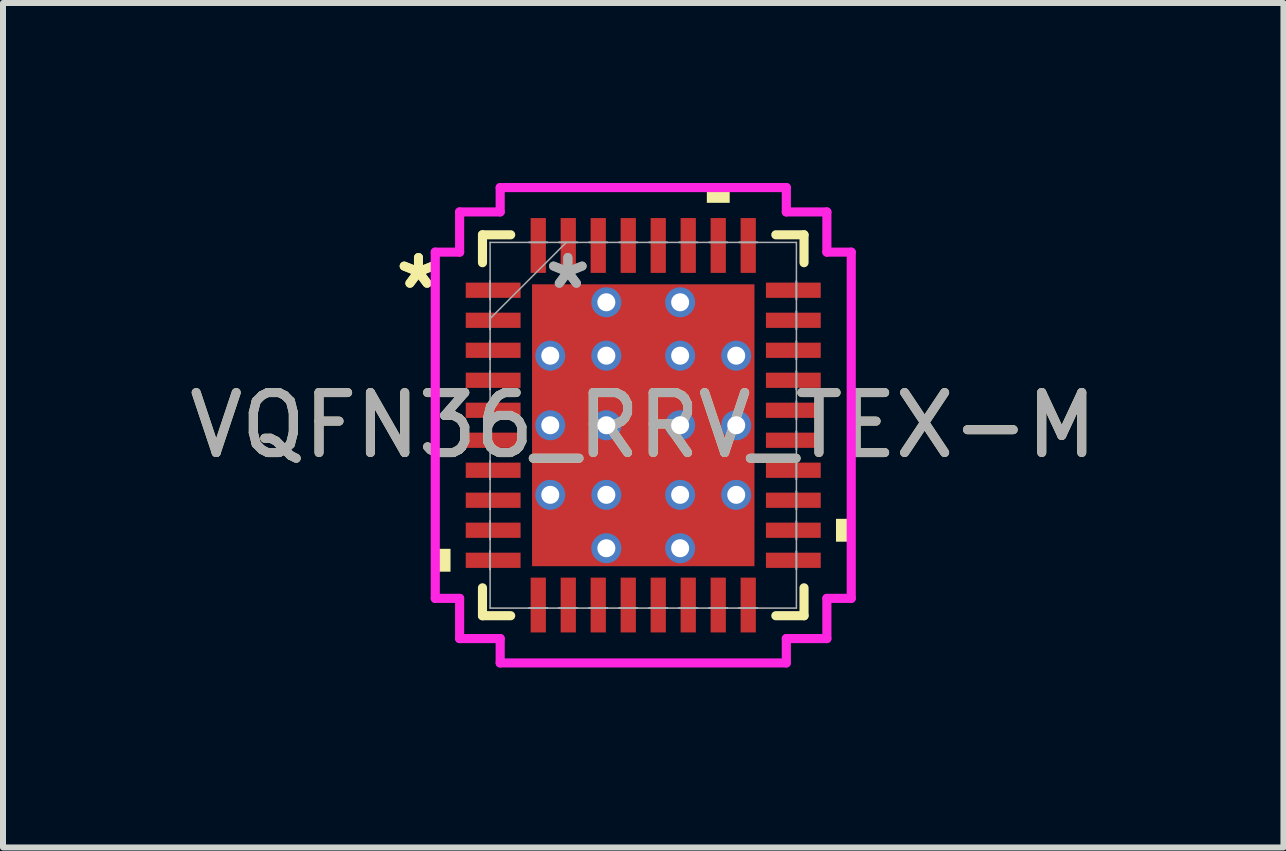
<source format=kicad_pcb>
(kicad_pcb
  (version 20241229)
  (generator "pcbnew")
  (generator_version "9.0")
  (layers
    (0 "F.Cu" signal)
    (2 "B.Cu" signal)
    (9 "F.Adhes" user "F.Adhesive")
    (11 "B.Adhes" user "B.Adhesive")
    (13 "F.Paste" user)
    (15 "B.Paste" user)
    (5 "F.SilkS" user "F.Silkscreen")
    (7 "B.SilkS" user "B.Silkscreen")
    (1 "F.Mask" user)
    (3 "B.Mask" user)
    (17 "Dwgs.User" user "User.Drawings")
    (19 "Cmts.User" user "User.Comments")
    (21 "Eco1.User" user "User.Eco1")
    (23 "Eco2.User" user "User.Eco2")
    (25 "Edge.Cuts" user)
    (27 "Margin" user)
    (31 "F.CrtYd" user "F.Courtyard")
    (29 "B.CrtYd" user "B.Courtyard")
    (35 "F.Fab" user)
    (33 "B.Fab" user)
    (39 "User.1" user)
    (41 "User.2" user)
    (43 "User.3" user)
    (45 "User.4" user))
  (footprint "VQFN36_RRV_TEX-M"
    (layer "F.Cu")
    (at 7.673 4.039)
    (property "Reference" "VQFN36_RRV_TEX-M" (at 0 0 0) (unlocked yes) (layer "F.SilkS") (effects (font (size 1 1) (thickness 0.15))))
    (attr smd)
    (fp_line (start -2.68 -3.175) (end -2.68 -2.71) (stroke (width 0.152) (type solid)) (layer "F.SilkS"))
    (fp_line (start -2.68 2.71) (end -2.68 3.175) (stroke (width 0.152) (type solid)) (layer "F.SilkS"))
    (fp_line (start -2.68 3.175) (end -2.21 3.175) (stroke (width 0.152) (type solid)) (layer "F.SilkS"))
    (fp_line (start -2.21 -3.175) (end -2.68 -3.175) (stroke (width 0.152) (type solid)) (layer "F.SilkS"))
    (fp_line (start 2.21 3.175) (end 2.68 3.175) (stroke (width 0.152) (type solid)) (layer "F.SilkS"))
    (fp_line (start 2.68 -3.175) (end 2.21 -3.175) (stroke (width 0.152) (type solid)) (layer "F.SilkS"))
    (fp_line (start 2.68 -2.71) (end 2.68 -3.175) (stroke (width 0.152) (type solid)) (layer "F.SilkS"))
    (fp_line (start 2.68 3.175) (end 2.68 2.71) (stroke (width 0.152) (type solid)) (layer "F.SilkS"))
    (fp_poly (pts (xy -3.467 2.06) (xy -3.467 2.441) (xy -3.213 2.441) (xy -3.213 2.06)) (stroke (width 0) (type solid)) (fill yes) (layer "F.SilkS"))
    (fp_poly (pts (xy 1.06 -3.708) (xy 1.06 -3.962) (xy 1.441 -3.962) (xy 1.441 -3.708)) (stroke (width 0) (type solid)) (fill yes) (layer "F.SilkS"))
    (fp_poly (pts (xy 3.467 1.56) (xy 3.467 1.941) (xy 3.213 1.941) (xy 3.213 1.56)) (stroke (width 0) (type solid)) (fill yes) (layer "F.SilkS"))
    (fp_line (start -3.467 -2.886) (end -3.061 -2.886) (stroke (width 0.152) (type solid)) (layer "F.CrtYd"))
    (fp_line (start -3.467 2.886) (end -3.467 -2.886) (stroke (width 0.152) (type solid)) (layer "F.CrtYd"))
    (fp_line (start -3.061 -3.556) (end -2.385 -3.556) (stroke (width 0.152) (type solid)) (layer "F.CrtYd"))
    (fp_line (start -3.061 -2.886) (end -3.061 -3.556) (stroke (width 0.152) (type solid)) (layer "F.CrtYd"))
    (fp_line (start -3.061 2.886) (end -3.467 2.886) (stroke (width 0.152) (type solid)) (layer "F.CrtYd"))
    (fp_line (start -3.061 3.556) (end -3.061 2.886) (stroke (width 0.152) (type solid)) (layer "F.CrtYd"))
    (fp_line (start -2.385 -3.962) (end 2.385 -3.962) (stroke (width 0.152) (type solid)) (layer "F.CrtYd"))
    (fp_line (start -2.385 -3.556) (end -2.385 -3.962) (stroke (width 0.152) (type solid)) (layer "F.CrtYd"))
    (fp_line (start -2.385 3.556) (end -3.061 3.556) (stroke (width 0.152) (type solid)) (layer "F.CrtYd"))
    (fp_line (start -2.385 3.962) (end -2.385 3.556) (stroke (width 0.152) (type solid)) (layer "F.CrtYd"))
    (fp_line (start 2.385 -3.962) (end 2.385 -3.556) (stroke (width 0.152) (type solid)) (layer "F.CrtYd"))
    (fp_line (start 2.385 -3.556) (end 3.061 -3.556) (stroke (width 0.152) (type solid)) (layer "F.CrtYd"))
    (fp_line (start 2.385 3.556) (end 2.385 3.962) (stroke (width 0.152) (type solid)) (layer "F.CrtYd"))
    (fp_line (start 2.385 3.962) (end -2.385 3.962) (stroke (width 0.152) (type solid)) (layer "F.CrtYd"))
    (fp_line (start 3.061 -3.556) (end 3.061 -2.886) (stroke (width 0.152) (type solid)) (layer "F.CrtYd"))
    (fp_line (start 3.061 -2.886) (end 3.467 -2.886) (stroke (width 0.152) (type solid)) (layer "F.CrtYd"))
    (fp_line (start 3.061 2.886) (end 3.061 3.556) (stroke (width 0.152) (type solid)) (layer "F.CrtYd"))
    (fp_line (start 3.061 3.556) (end 2.385 3.556) (stroke (width 0.152) (type solid)) (layer "F.CrtYd"))
    (fp_line (start 3.467 -2.886) (end 3.467 2.886) (stroke (width 0.152) (type solid)) (layer "F.CrtYd"))
    (fp_line (start 3.467 2.886) (end 3.061 2.886) (stroke (width 0.152) (type solid)) (layer "F.CrtYd"))
    (fp_line (start -2.553 -3.048) (end -2.553 3.048) (stroke (width 0.025) (type solid)) (layer "F.Fab"))
    (fp_line (start -2.553 -2.403) (end -2.553 -2.403) (stroke (width 0.025) (type solid)) (layer "F.Fab"))
    (fp_line (start -2.553 -2.403) (end -2.553 -2.098) (stroke (width 0.025) (type solid)) (layer "F.Fab"))
    (fp_line (start -2.553 -2.098) (end -2.553 -2.403) (stroke (width 0.025) (type solid)) (layer "F.Fab"))
    (fp_line (start -2.553 -2.098) (end -2.553 -2.098) (stroke (width 0.025) (type solid)) (layer "F.Fab"))
    (fp_line (start -2.553 -1.903) (end -2.553 -1.903) (stroke (width 0.025) (type solid)) (layer "F.Fab"))
    (fp_line (start -2.553 -1.903) (end -2.553 -1.598) (stroke (width 0.025) (type solid)) (layer "F.Fab"))
    (fp_line (start -2.553 -1.778) (end -1.283 -3.048) (stroke (width 0.025) (type solid)) (layer "F.Fab"))
    (fp_line (start -2.553 -1.598) (end -2.553 -1.903) (stroke (width 0.025) (type solid)) (layer "F.Fab"))
    (fp_line (start -2.553 -1.598) (end -2.553 -1.598) (stroke (width 0.025) (type solid)) (layer "F.Fab"))
    (fp_line (start -2.553 -1.403) (end -2.553 -1.403) (stroke (width 0.025) (type solid)) (layer "F.Fab"))
    (fp_line (start -2.553 -1.403) (end -2.553 -1.098) (stroke (width 0.025) (type solid)) (layer "F.Fab"))
    (fp_line (start -2.553 -1.098) (end -2.553 -1.403) (stroke (width 0.025) (type solid)) (layer "F.Fab"))
    (fp_line (start -2.553 -1.098) (end -2.553 -1.098) (stroke (width 0.025) (type solid)) (layer "F.Fab"))
    (fp_line (start -2.553 -0.903) (end -2.553 -0.903) (stroke (width 0.025) (type solid)) (layer "F.Fab"))
    (fp_line (start -2.553 -0.903) (end -2.553 -0.598) (stroke (width 0.025) (type solid)) (layer "F.Fab"))
    (fp_line (start -2.553 -0.598) (end -2.553 -0.903) (stroke (width 0.025) (type solid)) (layer "F.Fab"))
    (fp_line (start -2.553 -0.598) (end -2.553 -0.598) (stroke (width 0.025) (type solid)) (layer "F.Fab"))
    (fp_line (start -2.553 -0.402) (end -2.553 -0.402) (stroke (width 0.025) (type solid)) (layer "F.Fab"))
    (fp_line (start -2.553 -0.402) (end -2.553 -0.098) (stroke (width 0.025) (type solid)) (layer "F.Fab"))
    (fp_line (start -2.553 -0.098) (end -2.553 -0.402) (stroke (width 0.025) (type solid)) (layer "F.Fab"))
    (fp_line (start -2.553 -0.098) (end -2.553 -0.098) (stroke (width 0.025) (type solid)) (layer "F.Fab"))
    (fp_line (start -2.553 0.098) (end -2.553 0.098) (stroke (width 0.025) (type solid)) (layer "F.Fab"))
    (fp_line (start -2.553 0.098) (end -2.553 0.402) (stroke (width 0.025) (type solid)) (layer "F.Fab"))
    (fp_line (start -2.553 0.402) (end -2.553 0.098) (stroke (width 0.025) (type solid)) (layer "F.Fab"))
    (fp_line (start -2.553 0.402) (end -2.553 0.402) (stroke (width 0.025) (type solid)) (layer "F.Fab"))
    (fp_line (start -2.553 0.598) (end -2.553 0.598) (stroke (width 0.025) (type solid)) (layer "F.Fab"))
    (fp_line (start -2.553 0.598) (end -2.553 0.903) (stroke (width 0.025) (type solid)) (layer "F.Fab"))
    (fp_line (start -2.553 0.903) (end -2.553 0.598) (stroke (width 0.025) (type solid)) (layer "F.Fab"))
    (fp_line (start -2.553 0.903) (end -2.553 0.903) (stroke (width 0.025) (type solid)) (layer "F.Fab"))
    (fp_line (start -2.553 1.098) (end -2.553 1.098) (stroke (width 0.025) (type solid)) (layer "F.Fab"))
    (fp_line (start -2.553 1.098) (end -2.553 1.403) (stroke (width 0.025) (type solid)) (layer "F.Fab"))
    (fp_line (start -2.553 1.403) (end -2.553 1.098) (stroke (width 0.025) (type solid)) (layer "F.Fab"))
    (fp_line (start -2.553 1.403) (end -2.553 1.403) (stroke (width 0.025) (type solid)) (layer "F.Fab"))
    (fp_line (start -2.553 1.598) (end -2.553 1.598) (stroke (width 0.025) (type solid)) (layer "F.Fab"))
    (fp_line (start -2.553 1.598) (end -2.553 1.903) (stroke (width 0.025) (type solid)) (layer "F.Fab"))
    (fp_line (start -2.553 1.903) (end -2.553 1.598) (stroke (width 0.025) (type solid)) (layer "F.Fab"))
    (fp_line (start -2.553 1.903) (end -2.553 1.903) (stroke (width 0.025) (type solid)) (layer "F.Fab"))
    (fp_line (start -2.553 2.098) (end -2.553 2.098) (stroke (width 0.025) (type solid)) (layer "F.Fab"))
    (fp_line (start -2.553 2.098) (end -2.553 2.403) (stroke (width 0.025) (type solid)) (layer "F.Fab"))
    (fp_line (start -2.553 2.403) (end -2.553 2.098) (stroke (width 0.025) (type solid)) (layer "F.Fab"))
    (fp_line (start -2.553 2.403) (end -2.553 2.403) (stroke (width 0.025) (type solid)) (layer "F.Fab"))
    (fp_line (start -2.553 3.048) (end 2.553 3.048) (stroke (width 0.025) (type solid)) (layer "F.Fab"))
    (fp_line (start -1.903 -3.048) (end -1.903 -3.048) (stroke (width 0.025) (type solid)) (layer "F.Fab"))
    (fp_line (start -1.903 -3.048) (end -1.598 -3.048) (stroke (width 0.025) (type solid)) (layer "F.Fab"))
    (fp_line (start -1.903 3.048) (end -1.903 3.048) (stroke (width 0.025) (type solid)) (layer "F.Fab"))
    (fp_line (start -1.903 3.048) (end -1.598 3.048) (stroke (width 0.025) (type solid)) (layer "F.Fab"))
    (fp_line (start -1.598 -3.048) (end -1.903 -3.048) (stroke (width 0.025) (type solid)) (layer "F.Fab"))
    (fp_line (start -1.598 -3.048) (end -1.598 -3.048) (stroke (width 0.025) (type solid)) (layer "F.Fab"))
    (fp_line (start -1.598 3.048) (end -1.903 3.048) (stroke (width 0.025) (type solid)) (layer "F.Fab"))
    (fp_line (start -1.598 3.048) (end -1.598 3.048) (stroke (width 0.025) (type solid)) (layer "F.Fab"))
    (fp_line (start -1.403 -3.048) (end -1.403 -3.048) (stroke (width 0.025) (type solid)) (layer "F.Fab"))
    (fp_line (start -1.403 -3.048) (end -1.098 -3.048) (stroke (width 0.025) (type solid)) (layer "F.Fab"))
    (fp_line (start -1.403 3.048) (end -1.403 3.048) (stroke (width 0.025) (type solid)) (layer "F.Fab"))
    (fp_line (start -1.403 3.048) (end -1.098 3.048) (stroke (width 0.025) (type solid)) (layer "F.Fab"))
    (fp_line (start -1.098 -3.048) (end -1.403 -3.048) (stroke (width 0.025) (type solid)) (layer "F.Fab"))
    (fp_line (start -1.098 -3.048) (end -1.098 -3.048) (stroke (width 0.025) (type solid)) (layer "F.Fab"))
    (fp_line (start -1.098 3.048) (end -1.403 3.048) (stroke (width 0.025) (type solid)) (layer "F.Fab"))
    (fp_line (start -1.098 3.048) (end -1.098 3.048) (stroke (width 0.025) (type solid)) (layer "F.Fab"))
    (fp_line (start -0.903 -3.048) (end -0.903 -3.048) (stroke (width 0.025) (type solid)) (layer "F.Fab"))
    (fp_line (start -0.903 -3.048) (end -0.598 -3.048) (stroke (width 0.025) (type solid)) (layer "F.Fab"))
    (fp_line (start -0.903 3.048) (end -0.903 3.048) (stroke (width 0.025) (type solid)) (layer "F.Fab"))
    (fp_line (start -0.903 3.048) (end -0.598 3.048) (stroke (width 0.025) (type solid)) (layer "F.Fab"))
    (fp_line (start -0.598 -3.048) (end -0.903 -3.048) (stroke (width 0.025) (type solid)) (layer "F.Fab"))
    (fp_line (start -0.598 -3.048) (end -0.598 -3.048) (stroke (width 0.025) (type solid)) (layer "F.Fab"))
    (fp_line (start -0.598 3.048) (end -0.903 3.048) (stroke (width 0.025) (type solid)) (layer "F.Fab"))
    (fp_line (start -0.598 3.048) (end -0.598 3.048) (stroke (width 0.025) (type solid)) (layer "F.Fab"))
    (fp_line (start -0.402 -3.048) (end -0.402 -3.048) (stroke (width 0.025) (type solid)) (layer "F.Fab"))
    (fp_line (start -0.402 -3.048) (end -0.098 -3.048) (stroke (width 0.025) (type solid)) (layer "F.Fab"))
    (fp_line (start -0.402 3.048) (end -0.402 3.048) (stroke (width 0.025) (type solid)) (layer "F.Fab"))
    (fp_line (start -0.402 3.048) (end -0.098 3.048) (stroke (width 0.025) (type solid)) (layer "F.Fab"))
    (fp_line (start -0.098 -3.048) (end -0.402 -3.048) (stroke (width 0.025) (type solid)) (layer "F.Fab"))
    (fp_line (start -0.098 -3.048) (end -0.098 -3.048) (stroke (width 0.025) (type solid)) (layer "F.Fab"))
    (fp_line (start -0.098 3.048) (end -0.402 3.048) (stroke (width 0.025) (type solid)) (layer "F.Fab"))
    (fp_line (start -0.098 3.048) (end -0.098 3.048) (stroke (width 0.025) (type solid)) (layer "F.Fab"))
    (fp_line (start 0.098 -3.048) (end 0.098 -3.048) (stroke (width 0.025) (type solid)) (layer "F.Fab"))
    (fp_line (start 0.098 -3.048) (end 0.402 -3.048) (stroke (width 0.025) (type solid)) (layer "F.Fab"))
    (fp_line (start 0.098 3.048) (end 0.098 3.048) (stroke (width 0.025) (type solid)) (layer "F.Fab"))
    (fp_line (start 0.098 3.048) (end 0.402 3.048) (stroke (width 0.025) (type solid)) (layer "F.Fab"))
    (fp_line (start 0.402 -3.048) (end 0.098 -3.048) (stroke (width 0.025) (type solid)) (layer "F.Fab"))
    (fp_line (start 0.402 -3.048) (end 0.402 -3.048) (stroke (width 0.025) (type solid)) (layer "F.Fab"))
    (fp_line (start 0.402 3.048) (end 0.098 3.048) (stroke (width 0.025) (type solid)) (layer "F.Fab"))
    (fp_line (start 0.402 3.048) (end 0.402 3.048) (stroke (width 0.025) (type solid)) (layer "F.Fab"))
    (fp_line (start 0.598 -3.048) (end 0.598 -3.048) (stroke (width 0.025) (type solid)) (layer "F.Fab"))
    (fp_line (start 0.598 -3.048) (end 0.903 -3.048) (stroke (width 0.025) (type solid)) (layer "F.Fab"))
    (fp_line (start 0.598 3.048) (end 0.598 3.048) (stroke (width 0.025) (type solid)) (layer "F.Fab"))
    (fp_line (start 0.598 3.048) (end 0.903 3.048) (stroke (width 0.025) (type solid)) (layer "F.Fab"))
    (fp_line (start 0.903 -3.048) (end 0.598 -3.048) (stroke (width 0.025) (type solid)) (layer "F.Fab"))
    (fp_line (start 0.903 -3.048) (end 0.903 -3.048) (stroke (width 0.025) (type solid)) (layer "F.Fab"))
    (fp_line (start 0.903 3.048) (end 0.598 3.048) (stroke (width 0.025) (type solid)) (layer "F.Fab"))
    (fp_line (start 0.903 3.048) (end 0.903 3.048) (stroke (width 0.025) (type solid)) (layer "F.Fab"))
    (fp_line (start 1.098 -3.048) (end 1.098 -3.048) (stroke (width 0.025) (type solid)) (layer "F.Fab"))
    (fp_line (start 1.098 -3.048) (end 1.403 -3.048) (stroke (width 0.025) (type solid)) (layer "F.Fab"))
    (fp_line (start 1.098 3.048) (end 1.098 3.048) (stroke (width 0.025) (type solid)) (layer "F.Fab"))
    (fp_line (start 1.098 3.048) (end 1.403 3.048) (stroke (width 0.025) (type solid)) (layer "F.Fab"))
    (fp_line (start 1.403 -3.048) (end 1.098 -3.048) (stroke (width 0.025) (type solid)) (layer "F.Fab"))
    (fp_line (start 1.403 -3.048) (end 1.403 -3.048) (stroke (width 0.025) (type solid)) (layer "F.Fab"))
    (fp_line (start 1.403 3.048) (end 1.098 3.048) (stroke (width 0.025) (type solid)) (layer "F.Fab"))
    (fp_line (start 1.403 3.048) (end 1.403 3.048) (stroke (width 0.025) (type solid)) (layer "F.Fab"))
    (fp_line (start 1.598 -3.048) (end 1.598 -3.048) (stroke (width 0.025) (type solid)) (layer "F.Fab"))
    (fp_line (start 1.598 -3.048) (end 1.903 -3.048) (stroke (width 0.025) (type solid)) (layer "F.Fab"))
    (fp_line (start 1.598 3.048) (end 1.598 3.048) (stroke (width 0.025) (type solid)) (layer "F.Fab"))
    (fp_line (start 1.598 3.048) (end 1.903 3.048) (stroke (width 0.025) (type solid)) (layer "F.Fab"))
    (fp_line (start 1.903 -3.048) (end 1.598 -3.048) (stroke (width 0.025) (type solid)) (layer "F.Fab"))
    (fp_line (start 1.903 -3.048) (end 1.903 -3.048) (stroke (width 0.025) (type solid)) (layer "F.Fab"))
    (fp_line (start 1.903 3.048) (end 1.598 3.048) (stroke (width 0.025) (type solid)) (layer "F.Fab"))
    (fp_line (start 1.903 3.048) (end 1.903 3.048) (stroke (width 0.025) (type solid)) (layer "F.Fab"))
    (fp_line (start 2.553 -3.048) (end -2.553 -3.048) (stroke (width 0.025) (type solid)) (layer "F.Fab"))
    (fp_line (start 2.553 -2.403) (end 2.553 -2.403) (stroke (width 0.025) (type solid)) (layer "F.Fab"))
    (fp_line (start 2.553 -2.403) (end 2.553 -2.098) (stroke (width 0.025) (type solid)) (layer "F.Fab"))
    (fp_line (start 2.553 -2.098) (end 2.553 -2.403) (stroke (width 0.025) (type solid)) (layer "F.Fab"))
    (fp_line (start 2.553 -2.098) (end 2.553 -2.098) (stroke (width 0.025) (type solid)) (layer "F.Fab"))
    (fp_line (start 2.553 -1.903) (end 2.553 -1.903) (stroke (width 0.025) (type solid)) (layer "F.Fab"))
    (fp_line (start 2.553 -1.903) (end 2.553 -1.598) (stroke (width 0.025) (type solid)) (layer "F.Fab"))
    (fp_line (start 2.553 -1.598) (end 2.553 -1.903) (stroke (width 0.025) (type solid)) (layer "F.Fab"))
    (fp_line (start 2.553 -1.598) (end 2.553 -1.598) (stroke (width 0.025) (type solid)) (layer "F.Fab"))
    (fp_line (start 2.553 -1.403) (end 2.553 -1.403) (stroke (width 0.025) (type solid)) (layer "F.Fab"))
    (fp_line (start 2.553 -1.403) (end 2.553 -1.098) (stroke (width 0.025) (type solid)) (layer "F.Fab"))
    (fp_line (start 2.553 -1.098) (end 2.553 -1.403) (stroke (width 0.025) (type solid)) (layer "F.Fab"))
    (fp_line (start 2.553 -1.098) (end 2.553 -1.098) (stroke (width 0.025) (type solid)) (layer "F.Fab"))
    (fp_line (start 2.553 -0.903) (end 2.553 -0.903) (stroke (width 0.025) (type solid)) (layer "F.Fab"))
    (fp_line (start 2.553 -0.903) (end 2.553 -0.598) (stroke (width 0.025) (type solid)) (layer "F.Fab"))
    (fp_line (start 2.553 -0.598) (end 2.553 -0.903) (stroke (width 0.025) (type solid)) (layer "F.Fab"))
    (fp_line (start 2.553 -0.598) (end 2.553 -0.598) (stroke (width 0.025) (type solid)) (layer "F.Fab"))
    (fp_line (start 2.553 -0.402) (end 2.553 -0.402) (stroke (width 0.025) (type solid)) (layer "F.Fab"))
    (fp_line (start 2.553 -0.402) (end 2.553 -0.098) (stroke (width 0.025) (type solid)) (layer "F.Fab"))
    (fp_line (start 2.553 -0.098) (end 2.553 -0.402) (stroke (width 0.025) (type solid)) (layer "F.Fab"))
    (fp_line (start 2.553 -0.098) (end 2.553 -0.098) (stroke (width 0.025) (type solid)) (layer "F.Fab"))
    (fp_line (start 2.553 0.098) (end 2.553 0.098) (stroke (width 0.025) (type solid)) (layer "F.Fab"))
    (fp_line (start 2.553 0.098) (end 2.553 0.402) (stroke (width 0.025) (type solid)) (layer "F.Fab"))
    (fp_line (start 2.553 0.402) (end 2.553 0.098) (stroke (width 0.025) (type solid)) (layer "F.Fab"))
    (fp_line (start 2.553 0.402) (end 2.553 0.402) (stroke (width 0.025) (type solid)) (layer "F.Fab"))
    (fp_line (start 2.553 0.598) (end 2.553 0.598) (stroke (width 0.025) (type solid)) (layer "F.Fab"))
    (fp_line (start 2.553 0.598) (end 2.553 0.903) (stroke (width 0.025) (type solid)) (layer "F.Fab"))
    (fp_line (start 2.553 0.903) (end 2.553 0.598) (stroke (width 0.025) (type solid)) (layer "F.Fab"))
    (fp_line (start 2.553 0.903) (end 2.553 0.903) (stroke (width 0.025) (type solid)) (layer "F.Fab"))
    (fp_line (start 2.553 1.098) (end 2.553 1.098) (stroke (width 0.025) (type solid)) (layer "F.Fab"))
    (fp_line (start 2.553 1.098) (end 2.553 1.403) (stroke (width 0.025) (type solid)) (layer "F.Fab"))
    (fp_line (start 2.553 1.403) (end 2.553 1.098) (stroke (width 0.025) (type solid)) (layer "F.Fab"))
    (fp_line (start 2.553 1.403) (end 2.553 1.403) (stroke (width 0.025) (type solid)) (layer "F.Fab"))
    (fp_line (start 2.553 1.598) (end 2.553 1.598) (stroke (width 0.025) (type solid)) (layer "F.Fab"))
    (fp_line (start 2.553 1.598) (end 2.553 1.903) (stroke (width 0.025) (type solid)) (layer "F.Fab"))
    (fp_line (start 2.553 1.903) (end 2.553 1.598) (stroke (width 0.025) (type solid)) (layer "F.Fab"))
    (fp_line (start 2.553 1.903) (end 2.553 1.903) (stroke (width 0.025) (type solid)) (layer "F.Fab"))
    (fp_line (start 2.553 2.098) (end 2.553 2.098) (stroke (width 0.025) (type solid)) (layer "F.Fab"))
    (fp_line (start 2.553 2.098) (end 2.553 2.403) (stroke (width 0.025) (type solid)) (layer "F.Fab"))
    (fp_line (start 2.553 2.403) (end 2.553 2.098) (stroke (width 0.025) (type solid)) (layer "F.Fab"))
    (fp_line (start 2.553 2.403) (end 2.553 2.403) (stroke (width 0.025) (type solid)) (layer "F.Fab"))
    (fp_line (start 2.553 3.048) (end 2.553 -3.048) (stroke (width 0.025) (type solid)) (layer "F.Fab"))
    (fp_text user "*" (at -3.747 -2.251 0) (layer "F.SilkS") (effects (font (size 1 1) (thickness 0.15))))
    (fp_text user "*" (at -3.747 -2.251 0) (unlocked yes) (layer "F.SilkS") (effects (font (size 1 1) (thickness 0.15))))
    (fp_text user "*" (at -1.257 -2.251 0) (layer "F.Fab") (effects (font (size 1 1) (thickness 0.15))))
    (fp_text user "*" (at -1.257 -2.251 0) (unlocked yes) (layer "F.Fab") (effects (font (size 1 1) (thickness 0.15))))
    (fp_text user "${REFERENCE}" (at 0 0 0) (unlocked yes) (layer "F.Fab") (effects (font (size 1 1) (thickness 0.15))))
    (pad "1" smd rect (at -2.502 -2.251 90) (size 0.254 0.914) (layers "F.Cu" "F.Mask" "F.Paste"))
    (pad "2" smd rect (at -2.502 -1.75 90) (size 0.254 0.914) (layers "F.Cu" "F.Mask" "F.Paste"))
    (pad "3" smd rect (at -2.502 -1.25 90) (size 0.254 0.914) (layers "F.Cu" "F.Mask" "F.Paste"))
    (pad "4" smd rect (at -2.502 -0.75 90) (size 0.254 0.914) (layers "F.Cu" "F.Mask" "F.Paste"))
    (pad "5" smd rect (at -2.502 -0.25 90) (size 0.254 0.914) (layers "F.Cu" "F.Mask" "F.Paste"))
    (pad "6" smd rect (at -2.502 0.25 90) (size 0.254 0.914) (layers "F.Cu" "F.Mask" "F.Paste"))
    (pad "7" smd rect (at -2.502 0.75 90) (size 0.254 0.914) (layers "F.Cu" "F.Mask" "F.Paste"))
    (pad "8" smd rect (at -2.502 1.25 90) (size 0.254 0.914) (layers "F.Cu" "F.Mask" "F.Paste"))
    (pad "9" smd rect (at -2.502 1.75 90) (size 0.254 0.914) (layers "F.Cu" "F.Mask" "F.Paste"))
    (pad "10" smd rect (at -2.502 2.251 90) (size 0.254 0.914) (layers "F.Cu" "F.Mask" "F.Paste"))
    (pad "11" smd rect (at -1.75 2.997) (size 0.254 0.914) (layers "F.Cu" "F.Mask" "F.Paste"))
    (pad "12" smd rect (at -1.25 2.997) (size 0.254 0.914) (layers "F.Cu" "F.Mask" "F.Paste"))
    (pad "13" smd rect (at -0.75 2.997) (size 0.254 0.914) (layers "F.Cu" "F.Mask" "F.Paste"))
    (pad "14" smd rect (at -0.25 2.997) (size 0.254 0.914) (layers "F.Cu" "F.Mask" "F.Paste"))
    (pad "15" smd rect (at 0.25 2.997) (size 0.254 0.914) (layers "F.Cu" "F.Mask" "F.Paste"))
    (pad "16" smd rect (at 0.75 2.997) (size 0.254 0.914) (layers "F.Cu" "F.Mask" "F.Paste"))
    (pad "17" smd rect (at 1.25 2.997) (size 0.254 0.914) (layers "F.Cu" "F.Mask" "F.Paste"))
    (pad "18" smd rect (at 1.75 2.997) (size 0.254 0.914) (layers "F.Cu" "F.Mask" "F.Paste"))
    (pad "19" smd rect (at 2.502 2.251 90) (size 0.254 0.914) (layers "F.Cu" "F.Mask" "F.Paste"))
    (pad "20" smd rect (at 2.502 1.75 90) (size 0.254 0.914) (layers "F.Cu" "F.Mask" "F.Paste"))
    (pad "21" smd rect (at 2.502 1.25 90) (size 0.254 0.914) (layers "F.Cu" "F.Mask" "F.Paste"))
    (pad "22" smd rect (at 2.502 0.75 90) (size 0.254 0.914) (layers "F.Cu" "F.Mask" "F.Paste"))
    (pad "23" smd rect (at 2.502 0.25 90) (size 0.254 0.914) (layers "F.Cu" "F.Mask" "F.Paste"))
    (pad "24" smd rect (at 2.502 -0.25 90) (size 0.254 0.914) (layers "F.Cu" "F.Mask" "F.Paste"))
    (pad "25" smd rect (at 2.502 -0.75 90) (size 0.254 0.914) (layers "F.Cu" "F.Mask" "F.Paste"))
    (pad "26" smd rect (at 2.502 -1.25 90) (size 0.254 0.914) (layers "F.Cu" "F.Mask" "F.Paste"))
    (pad "27" smd rect (at 2.502 -1.75 90) (size 0.254 0.914) (layers "F.Cu" "F.Mask" "F.Paste"))
    (pad "28" smd rect (at 2.502 -2.251 90) (size 0.254 0.914) (layers "F.Cu" "F.Mask" "F.Paste"))
    (pad "29" smd rect (at 1.75 -2.997) (size 0.254 0.914) (layers "F.Cu" "F.Mask" "F.Paste"))
    (pad "30" smd rect (at 1.25 -2.997) (size 0.254 0.914) (layers "F.Cu" "F.Mask" "F.Paste"))
    (pad "31" smd rect (at 0.75 -2.997) (size 0.254 0.914) (layers "F.Cu" "F.Mask" "F.Paste"))
    (pad "32" smd rect (at 0.25 -2.997) (size 0.254 0.914) (layers "F.Cu" "F.Mask" "F.Paste"))
    (pad "33" smd rect (at -0.25 -2.997) (size 0.254 0.914) (layers "F.Cu" "F.Mask" "F.Paste"))
    (pad "34" smd rect (at -0.75 -2.997) (size 0.254 0.914) (layers "F.Cu" "F.Mask" "F.Paste"))
    (pad "35" smd rect (at -1.25 -2.997) (size 0.254 0.914) (layers "F.Cu" "F.Mask" "F.Paste"))
    (pad "36" smd rect (at -1.75 -2.997) (size 0.254 0.914) (layers "F.Cu" "F.Mask" "F.Paste"))
    (pad "37" thru_hole circle (at -1.55 -1.16) (size 0.5 0.5) (drill 0.3) (layers "*.Cu" "*.Mask"))
    (pad "37" thru_hole circle (at -1.55 0) (size 0.5 0.5) (drill 0.3) (layers "*.Cu" "*.Mask"))
    (pad "37" thru_hole circle (at -1.55 1.16) (size 0.5 0.5) (drill 0.3) (layers "*.Cu" "*.Mask"))
    (pad "37" thru_hole circle (at -0.615 -2.05) (size 0.5 0.5) (drill 0.3) (layers "*.Cu" "*.Mask"))
    (pad "37" thru_hole circle (at -0.615 -1.16) (size 0.5 0.5) (drill 0.3) (layers "*.Cu" "*.Mask"))
    (pad "37" thru_hole circle (at -0.615 0) (size 0.5 0.5) (drill 0.3) (layers "*.Cu" "*.Mask"))
    (pad "37" thru_hole circle (at -0.615 1.16) (size 0.5 0.5) (drill 0.3) (layers "*.Cu" "*.Mask"))
    (pad "37" thru_hole circle (at -0.615 2.05) (size 0.5 0.5) (drill 0.3) (layers "*.Cu" "*.Mask"))
    (pad "37" smd rect (at 0 0) (size 3.708 4.699) (layers "F.Cu" "F.Mask" "F.Paste"))
    (pad "37" thru_hole circle (at 0.615 -2.05) (size 0.5 0.5) (drill 0.3) (layers "*.Cu" "*.Mask"))
    (pad "37" thru_hole circle (at 0.615 -1.16) (size 0.5 0.5) (drill 0.3) (layers "*.Cu" "*.Mask"))
    (pad "37" thru_hole circle (at 0.615 0) (size 0.5 0.5) (drill 0.3) (layers "*.Cu" "*.Mask"))
    (pad "37" thru_hole circle (at 0.615 1.16) (size 0.5 0.5) (drill 0.3) (layers "*.Cu" "*.Mask"))
    (pad "37" thru_hole circle (at 0.615 2.05) (size 0.5 0.5) (drill 0.3) (layers "*.Cu" "*.Mask"))
    (pad "37" thru_hole circle (at 1.55 -1.16) (size 0.5 0.5) (drill 0.3) (layers "*.Cu" "*.Mask"))
    (pad "37" thru_hole circle (at 1.55 0) (size 0.5 0.5) (drill 0.3) (layers "*.Cu" "*.Mask"))
    (pad "37" thru_hole circle (at 1.55 1.16) (size 0.5 0.5) (drill 0.3) (layers "*.Cu" "*.Mask")))
  (gr_rect
    (start -3 -3)
    (end 18.345 11.077)
    (stroke (width 0.1) (type default))
    (fill no)
    (layer "Edge.Cuts")))
</source>
